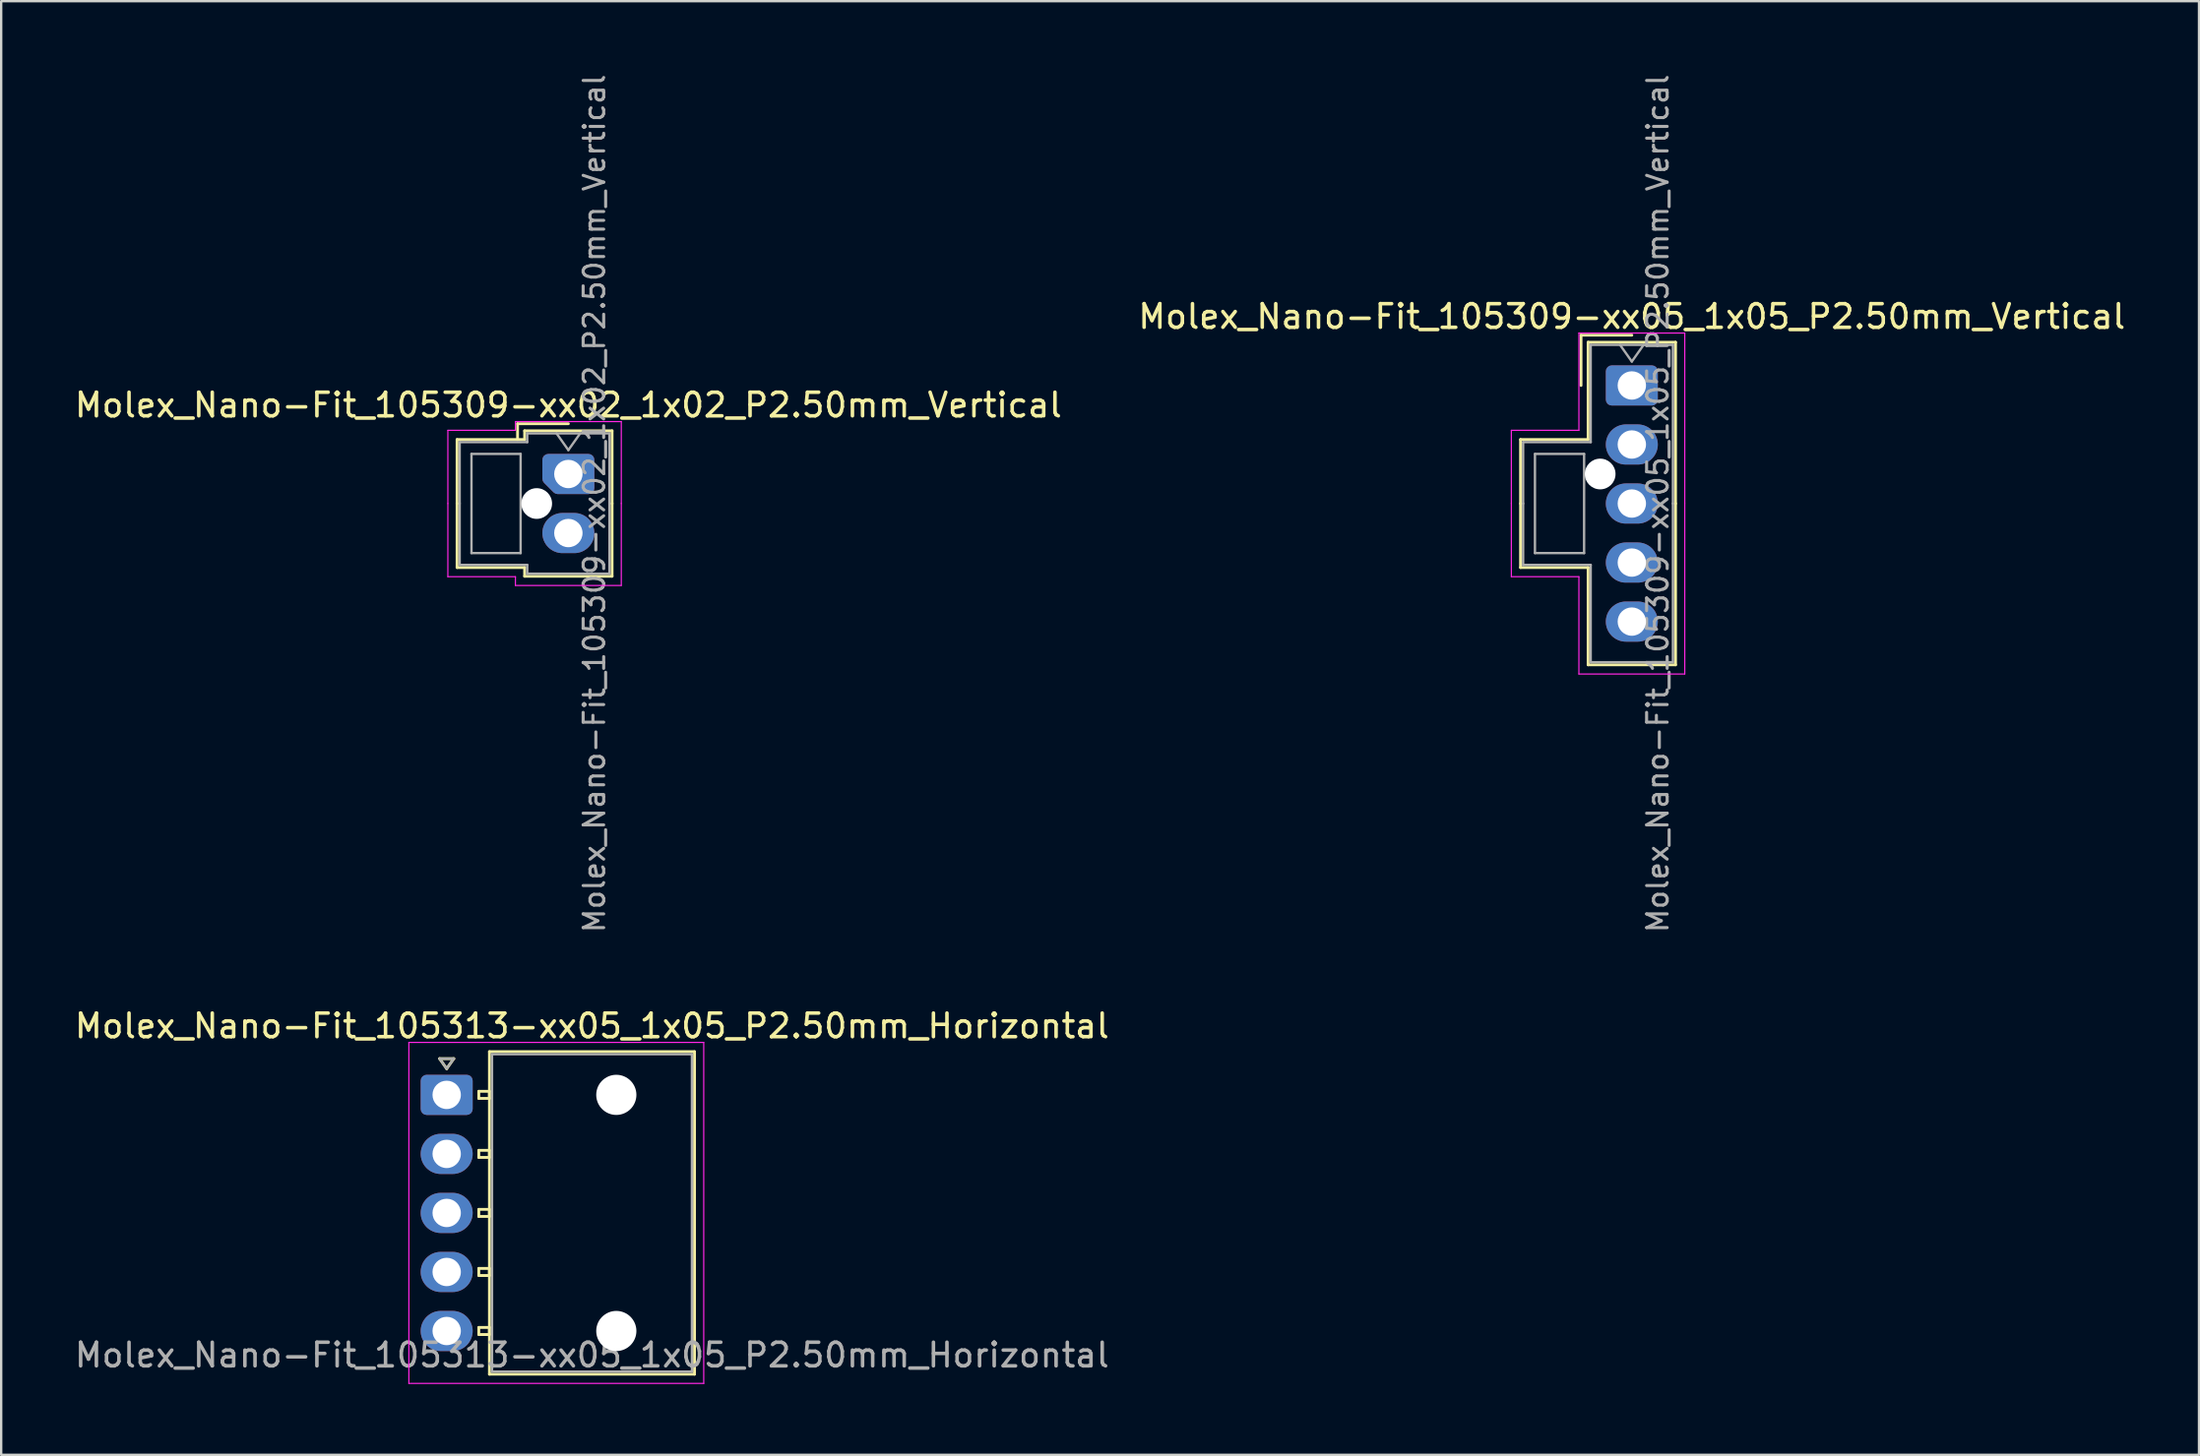
<source format=kicad_pcb>
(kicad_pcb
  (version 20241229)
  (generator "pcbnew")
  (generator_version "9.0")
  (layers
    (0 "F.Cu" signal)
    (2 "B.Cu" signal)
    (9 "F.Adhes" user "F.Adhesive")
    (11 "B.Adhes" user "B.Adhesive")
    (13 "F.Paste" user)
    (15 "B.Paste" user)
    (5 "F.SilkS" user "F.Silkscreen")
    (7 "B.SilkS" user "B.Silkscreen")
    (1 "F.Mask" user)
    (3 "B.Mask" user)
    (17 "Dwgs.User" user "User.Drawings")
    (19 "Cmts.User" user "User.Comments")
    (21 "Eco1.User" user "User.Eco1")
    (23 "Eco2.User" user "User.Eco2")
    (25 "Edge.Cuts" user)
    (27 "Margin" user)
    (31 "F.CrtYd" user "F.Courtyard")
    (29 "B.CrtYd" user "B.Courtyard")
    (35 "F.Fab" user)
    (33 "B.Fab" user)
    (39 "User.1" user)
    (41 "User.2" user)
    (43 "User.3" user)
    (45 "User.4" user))
  (footprint "Molex_Nano-Fit_105313-xx05_1x05_P2.50mm_Horizontal"
    (layer "F.Cu")
    (at 15.856 43.317)
    (property "Reference" "Molex_Nano-Fit_105313-xx05_1x05_P2.50mm_Horizontal" (at 6.15 -2.92 0) (layer "F.SilkS") (effects (font (size 1 1) (thickness 0.15))))
    (attr through_hole)
    (fp_line (start -0.3 -1.534) (end 0 -1.11) (stroke (width 0.12) (type solid)) (layer "F.SilkS"))
    (fp_line (start 0 -1.11) (end 0.3 -1.534) (stroke (width 0.12) (type solid)) (layer "F.SilkS"))
    (fp_line (start 0.3 -1.534) (end -0.3 -1.534) (stroke (width 0.12) (type solid)) (layer "F.SilkS"))
    (fp_line (start 1.36 -0.15) (end 1.36 0.15) (stroke (width 0.12) (type solid)) (layer "F.SilkS"))
    (fp_line (start 1.36 0.15) (end 1.81 0.15) (stroke (width 0.12) (type solid)) (layer "F.SilkS"))
    (fp_line (start 1.36 2.35) (end 1.36 2.65) (stroke (width 0.12) (type solid)) (layer "F.SilkS"))
    (fp_line (start 1.36 2.65) (end 1.81 2.65) (stroke (width 0.12) (type solid)) (layer "F.SilkS"))
    (fp_line (start 1.36 4.85) (end 1.36 5.15) (stroke (width 0.12) (type solid)) (layer "F.SilkS"))
    (fp_line (start 1.36 5.15) (end 1.81 5.15) (stroke (width 0.12) (type solid)) (layer "F.SilkS"))
    (fp_line (start 1.36 7.35) (end 1.36 7.65) (stroke (width 0.12) (type solid)) (layer "F.SilkS"))
    (fp_line (start 1.36 7.65) (end 1.81 7.65) (stroke (width 0.12) (type solid)) (layer "F.SilkS"))
    (fp_line (start 1.36 9.85) (end 1.36 10.15) (stroke (width 0.12) (type solid)) (layer "F.SilkS"))
    (fp_line (start 1.36 10.15) (end 1.81 10.15) (stroke (width 0.12) (type solid)) (layer "F.SilkS"))
    (fp_line (start 1.81 -1.83) (end 1.81 11.83) (stroke (width 0.12) (type solid)) (layer "F.SilkS"))
    (fp_line (start 1.81 -0.15) (end 1.36 -0.15) (stroke (width 0.12) (type solid)) (layer "F.SilkS"))
    (fp_line (start 1.81 0.15) (end 1.81 -0.15) (stroke (width 0.12) (type solid)) (layer "F.SilkS"))
    (fp_line (start 1.81 2.35) (end 1.36 2.35) (stroke (width 0.12) (type solid)) (layer "F.SilkS"))
    (fp_line (start 1.81 2.65) (end 1.81 2.35) (stroke (width 0.12) (type solid)) (layer "F.SilkS"))
    (fp_line (start 1.81 4.85) (end 1.36 4.85) (stroke (width 0.12) (type solid)) (layer "F.SilkS"))
    (fp_line (start 1.81 5.15) (end 1.81 4.85) (stroke (width 0.12) (type solid)) (layer "F.SilkS"))
    (fp_line (start 1.81 7.35) (end 1.36 7.35) (stroke (width 0.12) (type solid)) (layer "F.SilkS"))
    (fp_line (start 1.81 7.65) (end 1.81 7.35) (stroke (width 0.12) (type solid)) (layer "F.SilkS"))
    (fp_line (start 1.81 9.85) (end 1.36 9.85) (stroke (width 0.12) (type solid)) (layer "F.SilkS"))
    (fp_line (start 1.81 10.15) (end 1.81 9.85) (stroke (width 0.12) (type solid)) (layer "F.SilkS"))
    (fp_line (start 1.81 11.83) (end 10.49 11.83) (stroke (width 0.12) (type solid)) (layer "F.SilkS"))
    (fp_line (start 10.49 -1.83) (end 1.81 -1.83) (stroke (width 0.12) (type solid)) (layer "F.SilkS"))
    (fp_line (start 10.49 11.83) (end 10.49 -1.83) (stroke (width 0.12) (type solid)) (layer "F.SilkS"))
    (fp_line (start -1.6 -2.22) (end -1.6 12.22) (stroke (width 0.05) (type solid)) (layer "F.CrtYd"))
    (fp_line (start -1.6 12.22) (end 10.88 12.22) (stroke (width 0.05) (type solid)) (layer "F.CrtYd"))
    (fp_line (start 10.88 -2.22) (end -1.6 -2.22) (stroke (width 0.05) (type solid)) (layer "F.CrtYd"))
    (fp_line (start 10.88 12.22) (end 10.88 -2.22) (stroke (width 0.05) (type solid)) (layer "F.CrtYd"))
    (fp_line (start -0.3 -1.534) (end 0 -1.11) (stroke (width 0.1) (type solid)) (layer "F.Fab"))
    (fp_line (start 0 -1.11) (end 0.3 -1.534) (stroke (width 0.1) (type solid)) (layer "F.Fab"))
    (fp_line (start 0.3 -1.534) (end -0.3 -1.534) (stroke (width 0.1) (type solid)) (layer "F.Fab"))
    (fp_line (start 1.92 -1.72) (end 1.92 11.72) (stroke (width 0.1) (type solid)) (layer "F.Fab"))
    (fp_line (start 1.92 11.72) (end 10.38 11.72) (stroke (width 0.1) (type solid)) (layer "F.Fab"))
    (fp_line (start 10.38 -1.72) (end 1.92 -1.72) (stroke (width 0.1) (type solid)) (layer "F.Fab"))
    (fp_line (start 10.38 11.72) (end 10.38 -1.72) (stroke (width 0.1) (type solid)) (layer "F.Fab"))
    (fp_text user "${REFERENCE}" (at 6.15 11.02 0) (layer "F.Fab") (effects (font (size 1 1) (thickness 0.15))))
    (pad "" np_thru_hole circle (at 7.18 0) (size 1.7 1.7) (drill 1.7) (layers "*.Cu" "*.Mask"))
    (pad "" np_thru_hole circle (at 7.18 10) (size 1.7 1.7) (drill 1.7) (layers "*.Cu" "*.Mask"))
    (pad "1" thru_hole roundrect (at 0 0) (size 2.2 1.7) (drill 1.2) (layers "*.Cu" "*.Mask") (roundrect_rratio 0.147))
    (pad "2" thru_hole oval (at 0 2.5) (size 2.2 1.7) (drill 1.2) (layers "*.Cu" "*.Mask"))
    (pad "3" thru_hole oval (at 0 5) (size 2.2 1.7) (drill 1.2) (layers "*.Cu" "*.Mask"))
    (pad "4" thru_hole oval (at 0 7.5) (size 2.2 1.7) (drill 1.2) (layers "*.Cu" "*.Mask"))
    (pad "5" thru_hole oval (at 0 10) (size 2.2 1.7) (drill 1.2) (layers "*.Cu" "*.Mask")))
  (footprint "Molex_Nano-Fit_105309-xx02_1x02_P2.50mm_Vertical"
    (layer "F.Cu")
    (at 21.006 17.024)
    (property "Reference" "Molex_Nano-Fit_105309-xx02_1x02_P2.50mm_Vertical" (at 0 -2.92 0) (layer "F.SilkS") (effects (font (size 1 1) (thickness 0.15))))
    (attr through_hole)
    (fp_line (start -4.71 -1.46) (end -4.71 1.25) (stroke (width 0.12) (type solid)) (layer "F.SilkS"))
    (fp_line (start -4.71 3.96) (end -4.71 1.25) (stroke (width 0.12) (type solid)) (layer "F.SilkS"))
    (fp_line (start -2.15 -2.13) (end -2.15 -1.46) (stroke (width 0.12) (type solid)) (layer "F.SilkS"))
    (fp_line (start -1.85 -1.83) (end -1.85 -1.46) (stroke (width 0.12) (type solid)) (layer "F.SilkS"))
    (fp_line (start -1.85 -1.46) (end -4.71 -1.46) (stroke (width 0.12) (type solid)) (layer "F.SilkS"))
    (fp_line (start -1.85 3.96) (end -4.71 3.96) (stroke (width 0.12) (type solid)) (layer "F.SilkS"))
    (fp_line (start -1.85 4.33) (end -1.85 3.96) (stroke (width 0.12) (type solid)) (layer "F.SilkS"))
    (fp_line (start 0 -2.13) (end -2.15 -2.13) (stroke (width 0.12) (type solid)) (layer "F.SilkS"))
    (fp_line (start 1.85 -1.83) (end -1.85 -1.83) (stroke (width 0.12) (type solid)) (layer "F.SilkS"))
    (fp_line (start 1.85 1.25) (end 1.85 -1.83) (stroke (width 0.12) (type solid)) (layer "F.SilkS"))
    (fp_line (start 1.85 1.25) (end 1.85 4.33) (stroke (width 0.12) (type solid)) (layer "F.SilkS"))
    (fp_line (start 1.85 4.33) (end -1.85 4.33) (stroke (width 0.12) (type solid)) (layer "F.SilkS"))
    (fp_line (start -5.1 -1.85) (end -5.1 1.25) (stroke (width 0.05) (type solid)) (layer "F.CrtYd"))
    (fp_line (start -5.1 4.35) (end -5.1 1.25) (stroke (width 0.05) (type solid)) (layer "F.CrtYd"))
    (fp_line (start -2.24 -2.22) (end -2.24 -1.85) (stroke (width 0.05) (type solid)) (layer "F.CrtYd"))
    (fp_line (start -2.24 -1.85) (end -5.1 -1.85) (stroke (width 0.05) (type solid)) (layer "F.CrtYd"))
    (fp_line (start -2.24 4.35) (end -5.1 4.35) (stroke (width 0.05) (type solid)) (layer "F.CrtYd"))
    (fp_line (start -2.24 4.72) (end -2.24 4.35) (stroke (width 0.05) (type solid)) (layer "F.CrtYd"))
    (fp_line (start 2.24 -2.22) (end -2.24 -2.22) (stroke (width 0.05) (type solid)) (layer "F.CrtYd"))
    (fp_line (start 2.24 1.25) (end 2.24 -2.22) (stroke (width 0.05) (type solid)) (layer "F.CrtYd"))
    (fp_line (start 2.24 1.25) (end 2.24 4.72) (stroke (width 0.05) (type solid)) (layer "F.CrtYd"))
    (fp_line (start 2.24 4.72) (end -2.24 4.72) (stroke (width 0.05) (type solid)) (layer "F.CrtYd"))
    (fp_line (start -4.6 -1.35) (end -4.6 1.25) (stroke (width 0.1) (type solid)) (layer "F.Fab"))
    (fp_line (start -4.6 3.85) (end -4.6 1.25) (stroke (width 0.1) (type solid)) (layer "F.Fab"))
    (fp_line (start -4.1 -0.85) (end -4.1 3.35) (stroke (width 0.1) (type solid)) (layer "F.Fab"))
    (fp_line (start -4.1 3.35) (end -2.02 3.35) (stroke (width 0.1) (type solid)) (layer "F.Fab"))
    (fp_line (start -2.02 -0.85) (end -4.1 -0.85) (stroke (width 0.1) (type solid)) (layer "F.Fab"))
    (fp_line (start -2.02 3.35) (end -2.02 -0.85) (stroke (width 0.1) (type solid)) (layer "F.Fab"))
    (fp_line (start -1.74 -1.72) (end -1.74 -1.35) (stroke (width 0.1) (type solid)) (layer "F.Fab"))
    (fp_line (start -1.74 -1.35) (end -4.6 -1.35) (stroke (width 0.1) (type solid)) (layer "F.Fab"))
    (fp_line (start -1.74 3.85) (end -4.6 3.85) (stroke (width 0.1) (type solid)) (layer "F.Fab"))
    (fp_line (start -1.74 4.22) (end -1.74 3.85) (stroke (width 0.1) (type solid)) (layer "F.Fab"))
    (fp_line (start -0.5 -1.72) (end 0 -1.013) (stroke (width 0.1) (type solid)) (layer "F.Fab"))
    (fp_line (start 0 -1.013) (end 0.5 -1.72) (stroke (width 0.1) (type solid)) (layer "F.Fab"))
    (fp_line (start 1.74 -1.72) (end -1.74 -1.72) (stroke (width 0.1) (type solid)) (layer "F.Fab"))
    (fp_line (start 1.74 1.25) (end 1.74 -1.72) (stroke (width 0.1) (type solid)) (layer "F.Fab"))
    (fp_line (start 1.74 1.25) (end 1.74 4.22) (stroke (width 0.1) (type solid)) (layer "F.Fab"))
    (fp_line (start 1.74 4.22) (end -1.74 4.22) (stroke (width 0.1) (type solid)) (layer "F.Fab"))
    (fp_text user "${REFERENCE}" (at 1.1 1.25 90) (layer "F.Fab") (effects (font (size 0.87 0.87) (thickness 0.13))))
    (pad "" np_thru_hole circle (at -1.34 1.25) (size 1.3 1.3) (drill 1.3) (layers "*.Cu" "*.Mask"))
    (pad "1" thru_hole custom (at 0 0) (size 1.417 1.417) (drill 1.2) (layers "*.Cu" "*.Mask") (options (anchor circle)) (primitives (gr_poly (pts (xy 0.85 0.6) (xy -0.45 0.6) (xy -0.85 0.2) (xy -0.85 -0.6) (xy 0.85 -0.6)) (width 0.5) (fill yes))))
    (pad "2" thru_hole oval (at 0 2.5) (size 2.2 1.7) (drill 1.2) (layers "*.Cu" "*.Mask")))
  (footprint "Molex_Nano-Fit_105309-xx05_1x05_P2.50mm_Vertical"
    (layer "F.Cu")
    (at 66.018 13.274)
    (property "Reference" "Molex_Nano-Fit_105309-xx05_1x05_P2.50mm_Vertical" (at 0 -2.92 0) (layer "F.SilkS") (effects (font (size 1 1) (thickness 0.15))))
    (attr through_hole)
    (fp_line (start -4.71 2.29) (end -4.71 5) (stroke (width 0.12) (type solid)) (layer "F.SilkS"))
    (fp_line (start -4.71 7.71) (end -4.71 5) (stroke (width 0.12) (type solid)) (layer "F.SilkS"))
    (fp_line (start -2.15 -2.13) (end -2.15 0) (stroke (width 0.12) (type solid)) (layer "F.SilkS"))
    (fp_line (start -1.85 -1.83) (end -1.85 2.29) (stroke (width 0.12) (type solid)) (layer "F.SilkS"))
    (fp_line (start -1.85 2.29) (end -4.71 2.29) (stroke (width 0.12) (type solid)) (layer "F.SilkS"))
    (fp_line (start -1.85 7.71) (end -4.71 7.71) (stroke (width 0.12) (type solid)) (layer "F.SilkS"))
    (fp_line (start -1.85 11.83) (end -1.85 7.71) (stroke (width 0.12) (type solid)) (layer "F.SilkS"))
    (fp_line (start 0 -2.13) (end -2.15 -2.13) (stroke (width 0.12) (type solid)) (layer "F.SilkS"))
    (fp_line (start 1.85 -1.83) (end -1.85 -1.83) (stroke (width 0.12) (type solid)) (layer "F.SilkS"))
    (fp_line (start 1.85 5) (end 1.85 -1.83) (stroke (width 0.12) (type solid)) (layer "F.SilkS"))
    (fp_line (start 1.85 5) (end 1.85 11.83) (stroke (width 0.12) (type solid)) (layer "F.SilkS"))
    (fp_line (start 1.85 11.83) (end -1.85 11.83) (stroke (width 0.12) (type solid)) (layer "F.SilkS"))
    (fp_line (start -5.1 1.9) (end -5.1 5) (stroke (width 0.05) (type solid)) (layer "F.CrtYd"))
    (fp_line (start -5.1 8.1) (end -5.1 5) (stroke (width 0.05) (type solid)) (layer "F.CrtYd"))
    (fp_line (start -2.24 -2.22) (end -2.24 1.9) (stroke (width 0.05) (type solid)) (layer "F.CrtYd"))
    (fp_line (start -2.24 1.9) (end -5.1 1.9) (stroke (width 0.05) (type solid)) (layer "F.CrtYd"))
    (fp_line (start -2.24 8.1) (end -5.1 8.1) (stroke (width 0.05) (type solid)) (layer "F.CrtYd"))
    (fp_line (start -2.24 12.22) (end -2.24 8.1) (stroke (width 0.05) (type solid)) (layer "F.CrtYd"))
    (fp_line (start 2.24 -2.22) (end -2.24 -2.22) (stroke (width 0.05) (type solid)) (layer "F.CrtYd"))
    (fp_line (start 2.24 5) (end 2.24 -2.22) (stroke (width 0.05) (type solid)) (layer "F.CrtYd"))
    (fp_line (start 2.24 5) (end 2.24 12.22) (stroke (width 0.05) (type solid)) (layer "F.CrtYd"))
    (fp_line (start 2.24 12.22) (end -2.24 12.22) (stroke (width 0.05) (type solid)) (layer "F.CrtYd"))
    (fp_line (start -4.6 2.4) (end -4.6 5) (stroke (width 0.1) (type solid)) (layer "F.Fab"))
    (fp_line (start -4.6 7.6) (end -4.6 5) (stroke (width 0.1) (type solid)) (layer "F.Fab"))
    (fp_line (start -4.1 2.9) (end -4.1 7.1) (stroke (width 0.1) (type solid)) (layer "F.Fab"))
    (fp_line (start -4.1 7.1) (end -2.02 7.1) (stroke (width 0.1) (type solid)) (layer "F.Fab"))
    (fp_line (start -2.02 2.9) (end -4.1 2.9) (stroke (width 0.1) (type solid)) (layer "F.Fab"))
    (fp_line (start -2.02 7.1) (end -2.02 2.9) (stroke (width 0.1) (type solid)) (layer "F.Fab"))
    (fp_line (start -1.74 -1.72) (end -1.74 2.4) (stroke (width 0.1) (type solid)) (layer "F.Fab"))
    (fp_line (start -1.74 2.4) (end -4.6 2.4) (stroke (width 0.1) (type solid)) (layer "F.Fab"))
    (fp_line (start -1.74 7.6) (end -4.6 7.6) (stroke (width 0.1) (type solid)) (layer "F.Fab"))
    (fp_line (start -1.74 11.72) (end -1.74 7.6) (stroke (width 0.1) (type solid)) (layer "F.Fab"))
    (fp_line (start -0.5 -1.72) (end 0 -1.013) (stroke (width 0.1) (type solid)) (layer "F.Fab"))
    (fp_line (start 0 -1.013) (end 0.5 -1.72) (stroke (width 0.1) (type solid)) (layer "F.Fab"))
    (fp_line (start 1.74 -1.72) (end -1.74 -1.72) (stroke (width 0.1) (type solid)) (layer "F.Fab"))
    (fp_line (start 1.74 5) (end 1.74 -1.72) (stroke (width 0.1) (type solid)) (layer "F.Fab"))
    (fp_line (start 1.74 5) (end 1.74 11.72) (stroke (width 0.1) (type solid)) (layer "F.Fab"))
    (fp_line (start 1.74 11.72) (end -1.74 11.72) (stroke (width 0.1) (type solid)) (layer "F.Fab"))
    (fp_text user "${REFERENCE}" (at 1.1 5 90) (layer "F.Fab") (effects (font (size 0.87 0.87) (thickness 0.13))))
    (pad "" np_thru_hole circle (at -1.34 3.75) (size 1.3 1.3) (drill 1.3) (layers "*.Cu" "*.Mask"))
    (pad "1" thru_hole roundrect (at 0 0) (size 2.2 1.7) (drill 1.2) (layers "*.Cu" "*.Mask") (roundrect_rratio 0.147))
    (pad "2" thru_hole oval (at 0 2.5) (size 2.2 1.7) (drill 1.2) (layers "*.Cu" "*.Mask"))
    (pad "3" thru_hole oval (at 0 5) (size 2.2 1.7) (drill 1.2) (layers "*.Cu" "*.Mask"))
    (pad "4" thru_hole oval (at 0 7.5) (size 2.2 1.7) (drill 1.2) (layers "*.Cu" "*.Mask"))
    (pad "5" thru_hole oval (at 0 10) (size 2.2 1.7) (drill 1.2) (layers "*.Cu" "*.Mask")))
  (gr_rect
    (start -3 -3)
    (end 90.024 58.562)
    (stroke (width 0.1) (type default))
    (fill no)
    (layer "Edge.Cuts")))
</source>
